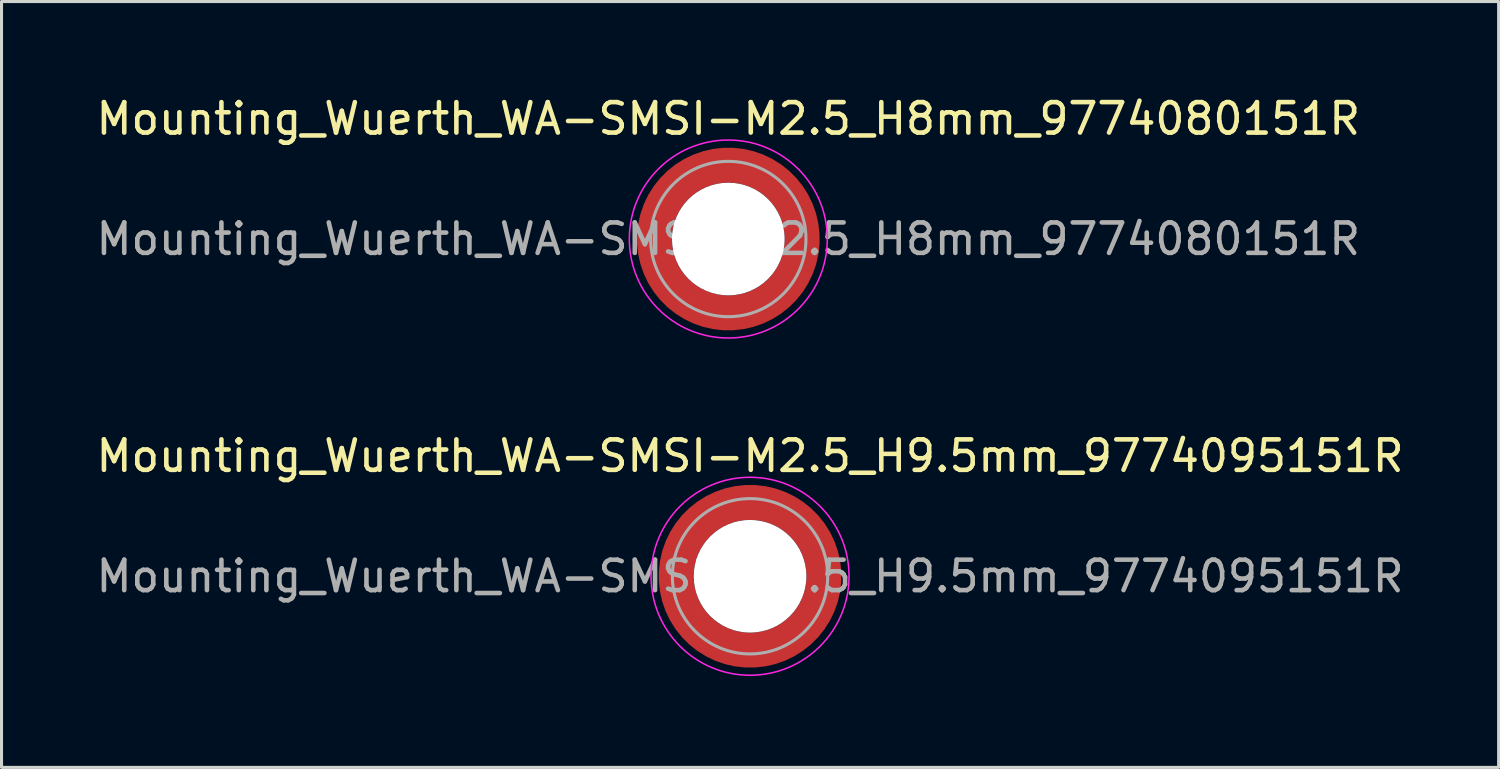
<source format=kicad_pcb>
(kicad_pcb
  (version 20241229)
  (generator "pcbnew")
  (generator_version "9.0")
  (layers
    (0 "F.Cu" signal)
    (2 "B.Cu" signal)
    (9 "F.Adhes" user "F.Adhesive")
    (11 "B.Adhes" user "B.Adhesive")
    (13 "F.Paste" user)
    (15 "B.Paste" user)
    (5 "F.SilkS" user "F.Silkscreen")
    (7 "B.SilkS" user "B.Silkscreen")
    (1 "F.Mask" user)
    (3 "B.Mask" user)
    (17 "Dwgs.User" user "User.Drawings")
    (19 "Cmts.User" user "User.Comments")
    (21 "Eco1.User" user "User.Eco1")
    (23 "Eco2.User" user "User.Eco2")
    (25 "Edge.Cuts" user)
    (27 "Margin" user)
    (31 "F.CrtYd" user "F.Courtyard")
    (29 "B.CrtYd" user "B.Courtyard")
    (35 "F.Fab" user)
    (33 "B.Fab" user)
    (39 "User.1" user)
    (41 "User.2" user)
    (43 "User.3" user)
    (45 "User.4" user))
  (footprint "Mounting_Wuerth_WA-SMSI-M2.5_H9.5mm_9774095151R"
    (layer "F.Cu")
    (at 21.577 15.871)
    (property "Reference" "Mounting_Wuerth_WA-SMSI-M2.5_H9.5mm_9774095151R" (at 0 -3.95 0) (layer "F.SilkS") (effects (font (size 1 1) (thickness 0.15))))
    (attr smd allow_soldermask_bridges)
    (fp_circle (center 0 0) (end 3.25 0) (stroke (width 0.05) (type solid)) (fill no) (layer "F.CrtYd"))
    (fp_circle (center 0 0) (end 2.55 0) (stroke (width 0.1) (type solid)) (fill no) (layer "F.Fab"))
    (fp_text user "${REFERENCE}" (at 0 0 0) (layer "F.Fab") (effects (font (size 1 1) (thickness 0.15))))
    (pad "" smd custom (at -1.704 -1.704) (size 0.51 0.51) (layers "F.Paste") (options (anchor circle)) (primitives (gr_arc (start -0.250195 1.279127) (mid 0.289914 0.289914) (end 1.279127 -0.250195) (width 0.2)) (gr_arc (start -0.34334 1.279127) (mid 0.225488 0.225488) (end 1.279127 -0.34334) (width 0.2)) (gr_arc (start -0.436309 1.279127) (mid 0.161063 0.161063) (end 1.279127 -0.436309) (width 0.2)) (gr_arc (start -0.529126 1.279127) (mid 0.096638 0.096638) (end 1.279127 -0.529126) (width 0.2)) (gr_arc (start -0.621807 1.279127) (mid 0.032213 0.032213) (end 1.279127 -0.621807) (width 0.2)) (gr_arc (start -0.71437 1.279127) (mid -0.032213 -0.032213) (end 1.279127 -0.71437) (width 0.2)) (gr_arc (start -0.806826 1.279127) (mid -0.096638 -0.096638) (end 1.279127 -0.806826) (width 0.2)) (gr_arc (start -0.899187 1.279127) (mid -0.161063 -0.161063) (end 1.279127 -0.899187) (width 0.2)) (gr_arc (start -0.991463 1.279127) (mid -0.225488 -0.225488) (end 1.279127 -0.991463) (width 0.2)) (gr_arc (start -1.083663 1.279127) (mid -0.289914 -0.289914) (end 1.279127 -1.083663) (width 0.2)) (gr_line (start 1.279 -0.25) (end 1.279 -1.084) (width 0.2)) (gr_line (start -0.25 1.279) (end -1.084 1.279) (width 0.2))))
    (pad "" smd custom (at -1.704 1.704) (size 0.51 0.51) (layers "F.Paste") (options (anchor circle)) (primitives (gr_arc (start 1.279127 0.250195) (mid 0.289914 -0.289914) (end -0.250195 -1.279127) (width 0.2)) (gr_arc (start 1.279127 0.34334) (mid 0.225488 -0.225488) (end -0.34334 -1.279127) (width 0.2)) (gr_arc (start 1.279127 0.436309) (mid 0.161063 -0.161063) (end -0.436309 -1.279127) (width 0.2)) (gr_arc (start 1.279127 0.529126) (mid 0.096638 -0.096638) (end -0.529126 -1.279127) (width 0.2)) (gr_arc (start 1.279127 0.621807) (mid 0.032213 -0.032213) (end -0.621807 -1.279127) (width 0.2)) (gr_arc (start 1.279127 0.71437) (mid -0.032213 0.032213) (end -0.71437 -1.279127) (width 0.2)) (gr_arc (start 1.279127 0.806826) (mid -0.096638 0.096638) (end -0.806826 -1.279127) (width 0.2)) (gr_arc (start 1.279127 0.899187) (mid -0.161063 0.161063) (end -0.899187 -1.279127) (width 0.2)) (gr_arc (start 1.279127 0.991463) (mid -0.225488 0.225488) (end -0.991463 -1.279127) (width 0.2)) (gr_arc (start 1.279127 1.083663) (mid -0.289914 0.289914) (end -1.083663 -1.279127) (width 0.2)) (gr_line (start -0.25 -1.279) (end -1.084 -1.279) (width 0.2)) (gr_line (start 1.279 0.25) (end 1.279 1.084) (width 0.2))))
    (pad "" np_thru_hole circle (at 0 0) (size 3.7 3.7) (drill 3.7) (layers "*.Cu" "*.Mask"))
    (pad "" smd custom (at 1.704 -1.704) (size 0.51 0.51) (layers "F.Paste") (options (anchor circle)) (primitives (gr_arc (start -1.279127 -0.250195) (mid -0.289914 0.289914) (end 0.250195 1.279127) (width 0.2)) (gr_arc (start -1.279127 -0.34334) (mid -0.225488 0.225488) (end 0.34334 1.279127) (width 0.2)) (gr_arc (start -1.279127 -0.436309) (mid -0.161063 0.161063) (end 0.436309 1.279127) (width 0.2)) (gr_arc (start -1.279127 -0.529126) (mid -0.096638 0.096638) (end 0.529126 1.279127) (width 0.2)) (gr_arc (start -1.279127 -0.621807) (mid -0.032213 0.032213) (end 0.621807 1.279127) (width 0.2)) (gr_arc (start -1.279127 -0.71437) (mid 0.032213 -0.032213) (end 0.71437 1.279127) (width 0.2)) (gr_arc (start -1.279127 -0.806826) (mid 0.096638 -0.096638) (end 0.806826 1.279127) (width 0.2)) (gr_arc (start -1.279127 -0.899187) (mid 0.161063 -0.161063) (end 0.899187 1.279127) (width 0.2)) (gr_arc (start -1.279127 -0.991463) (mid 0.225488 -0.225488) (end 0.991463 1.279127) (width 0.2)) (gr_arc (start -1.279127 -1.083663) (mid 0.289914 -0.289914) (end 1.083663 1.279127) (width 0.2)) (gr_line (start 0.25 1.279) (end 1.084 1.279) (width 0.2)) (gr_line (start -1.279 -0.25) (end -1.279 -1.084) (width 0.2))))
    (pad "" smd custom (at 1.704 1.704) (size 0.51 0.51) (layers "F.Paste") (options (anchor circle)) (primitives (gr_arc (start 0.250195 -1.279127) (mid -0.289914 -0.289914) (end -1.279127 0.250195) (width 0.2)) (gr_arc (start 0.34334 -1.279127) (mid -0.225488 -0.225488) (end -1.279127 0.34334) (width 0.2)) (gr_arc (start 0.436309 -1.279127) (mid -0.161063 -0.161063) (end -1.279127 0.436309) (width 0.2)) (gr_arc (start 0.529126 -1.279127) (mid -0.096638 -0.096638) (end -1.279127 0.529126) (width 0.2)) (gr_arc (start 0.621807 -1.279127) (mid -0.032213 -0.032213) (end -1.279127 0.621807) (width 0.2)) (gr_arc (start 0.71437 -1.279127) (mid 0.032213 0.032213) (end -1.279127 0.71437) (width 0.2)) (gr_arc (start 0.806826 -1.279127) (mid 0.096638 0.096638) (end -1.279127 0.806826) (width 0.2)) (gr_arc (start 0.899187 -1.279127) (mid 0.161063 0.161063) (end -1.279127 0.899187) (width 0.2)) (gr_arc (start 0.991463 -1.279127) (mid 0.225488 0.225488) (end -1.279127 0.991463) (width 0.2)) (gr_arc (start 1.083663 -1.279127) (mid 0.289914 0.289914) (end -1.279127 1.083663) (width 0.2)) (gr_line (start -1.279 0.25) (end -1.279 1.084) (width 0.2)) (gr_line (start 0.25 -1.279) (end 1.084 -1.279) (width 0.2))))
    (pad "1" smd circle (at -2.425 0) (size 0.642 0.642) (layers "F.Cu"))
    (pad "1" smd circle (at 0 -2.425) (size 0.642 0.642) (layers "F.Cu"))
    (pad "1" smd circle (at 0 2.425) (size 0.642 0.642) (layers "F.Cu"))
    (pad "1" smd custom (at 2.425 0) (size 1.15 1.15) (layers "F.Cu" "F.Mask") (options (anchor circle)) (primitives (gr_circle (center -2.425 0) (end 0 0) (width 1.15) (fill no)))))
  (footprint "Mounting_Wuerth_WA-SMSI-M2.5_H8mm_9774080151R"
    (layer "F.Cu")
    (at 20.863 4.798)
    (property "Reference" "Mounting_Wuerth_WA-SMSI-M2.5_H8mm_9774080151R" (at 0 -3.95 0) (layer "F.SilkS") (effects (font (size 1 1) (thickness 0.15))))
    (attr smd allow_soldermask_bridges)
    (fp_circle (center 0 0) (end 3.25 0) (stroke (width 0.05) (type solid)) (fill no) (layer "F.CrtYd"))
    (fp_circle (center 0 0) (end 2.55 0) (stroke (width 0.1) (type solid)) (fill no) (layer "F.Fab"))
    (fp_text user "${REFERENCE}" (at 0 0 0) (layer "F.Fab") (effects (font (size 1 1) (thickness 0.15))))
    (pad "" smd custom (at -1.704 -1.704) (size 0.51 0.51) (layers "F.Paste") (options (anchor circle)) (primitives (gr_arc (start -0.250195 1.279127) (mid 0.289914 0.289914) (end 1.279127 -0.250195) (width 0.2)) (gr_arc (start -0.34334 1.279127) (mid 0.225488 0.225488) (end 1.279127 -0.34334) (width 0.2)) (gr_arc (start -0.436309 1.279127) (mid 0.161063 0.161063) (end 1.279127 -0.436309) (width 0.2)) (gr_arc (start -0.529126 1.279127) (mid 0.096638 0.096638) (end 1.279127 -0.529126) (width 0.2)) (gr_arc (start -0.621807 1.279127) (mid 0.032213 0.032213) (end 1.279127 -0.621807) (width 0.2)) (gr_arc (start -0.71437 1.279127) (mid -0.032213 -0.032213) (end 1.279127 -0.71437) (width 0.2)) (gr_arc (start -0.806826 1.279127) (mid -0.096638 -0.096638) (end 1.279127 -0.806826) (width 0.2)) (gr_arc (start -0.899187 1.279127) (mid -0.161063 -0.161063) (end 1.279127 -0.899187) (width 0.2)) (gr_arc (start -0.991463 1.279127) (mid -0.225488 -0.225488) (end 1.279127 -0.991463) (width 0.2)) (gr_arc (start -1.083663 1.279127) (mid -0.289914 -0.289914) (end 1.279127 -1.083663) (width 0.2)) (gr_line (start 1.279 -0.25) (end 1.279 -1.084) (width 0.2)) (gr_line (start -0.25 1.279) (end -1.084 1.279) (width 0.2))))
    (pad "" smd custom (at -1.704 1.704) (size 0.51 0.51) (layers "F.Paste") (options (anchor circle)) (primitives (gr_arc (start 1.279127 0.250195) (mid 0.289914 -0.289914) (end -0.250195 -1.279127) (width 0.2)) (gr_arc (start 1.279127 0.34334) (mid 0.225488 -0.225488) (end -0.34334 -1.279127) (width 0.2)) (gr_arc (start 1.279127 0.436309) (mid 0.161063 -0.161063) (end -0.436309 -1.279127) (width 0.2)) (gr_arc (start 1.279127 0.529126) (mid 0.096638 -0.096638) (end -0.529126 -1.279127) (width 0.2)) (gr_arc (start 1.279127 0.621807) (mid 0.032213 -0.032213) (end -0.621807 -1.279127) (width 0.2)) (gr_arc (start 1.279127 0.71437) (mid -0.032213 0.032213) (end -0.71437 -1.279127) (width 0.2)) (gr_arc (start 1.279127 0.806826) (mid -0.096638 0.096638) (end -0.806826 -1.279127) (width 0.2)) (gr_arc (start 1.279127 0.899187) (mid -0.161063 0.161063) (end -0.899187 -1.279127) (width 0.2)) (gr_arc (start 1.279127 0.991463) (mid -0.225488 0.225488) (end -0.991463 -1.279127) (width 0.2)) (gr_arc (start 1.279127 1.083663) (mid -0.289914 0.289914) (end -1.083663 -1.279127) (width 0.2)) (gr_line (start -0.25 -1.279) (end -1.084 -1.279) (width 0.2)) (gr_line (start 1.279 0.25) (end 1.279 1.084) (width 0.2))))
    (pad "" np_thru_hole circle (at 0 0) (size 3.7 3.7) (drill 3.7) (layers "*.Cu" "*.Mask"))
    (pad "" smd custom (at 1.704 -1.704) (size 0.51 0.51) (layers "F.Paste") (options (anchor circle)) (primitives (gr_arc (start -1.279127 -0.250195) (mid -0.289914 0.289914) (end 0.250195 1.279127) (width 0.2)) (gr_arc (start -1.279127 -0.34334) (mid -0.225488 0.225488) (end 0.34334 1.279127) (width 0.2)) (gr_arc (start -1.279127 -0.436309) (mid -0.161063 0.161063) (end 0.436309 1.279127) (width 0.2)) (gr_arc (start -1.279127 -0.529126) (mid -0.096638 0.096638) (end 0.529126 1.279127) (width 0.2)) (gr_arc (start -1.279127 -0.621807) (mid -0.032213 0.032213) (end 0.621807 1.279127) (width 0.2)) (gr_arc (start -1.279127 -0.71437) (mid 0.032213 -0.032213) (end 0.71437 1.279127) (width 0.2)) (gr_arc (start -1.279127 -0.806826) (mid 0.096638 -0.096638) (end 0.806826 1.279127) (width 0.2)) (gr_arc (start -1.279127 -0.899187) (mid 0.161063 -0.161063) (end 0.899187 1.279127) (width 0.2)) (gr_arc (start -1.279127 -0.991463) (mid 0.225488 -0.225488) (end 0.991463 1.279127) (width 0.2)) (gr_arc (start -1.279127 -1.083663) (mid 0.289914 -0.289914) (end 1.083663 1.279127) (width 0.2)) (gr_line (start 0.25 1.279) (end 1.084 1.279) (width 0.2)) (gr_line (start -1.279 -0.25) (end -1.279 -1.084) (width 0.2))))
    (pad "" smd custom (at 1.704 1.704) (size 0.51 0.51) (layers "F.Paste") (options (anchor circle)) (primitives (gr_arc (start 0.250195 -1.279127) (mid -0.289914 -0.289914) (end -1.279127 0.250195) (width 0.2)) (gr_arc (start 0.34334 -1.279127) (mid -0.225488 -0.225488) (end -1.279127 0.34334) (width 0.2)) (gr_arc (start 0.436309 -1.279127) (mid -0.161063 -0.161063) (end -1.279127 0.436309) (width 0.2)) (gr_arc (start 0.529126 -1.279127) (mid -0.096638 -0.096638) (end -1.279127 0.529126) (width 0.2)) (gr_arc (start 0.621807 -1.279127) (mid -0.032213 -0.032213) (end -1.279127 0.621807) (width 0.2)) (gr_arc (start 0.71437 -1.279127) (mid 0.032213 0.032213) (end -1.279127 0.71437) (width 0.2)) (gr_arc (start 0.806826 -1.279127) (mid 0.096638 0.096638) (end -1.279127 0.806826) (width 0.2)) (gr_arc (start 0.899187 -1.279127) (mid 0.161063 0.161063) (end -1.279127 0.899187) (width 0.2)) (gr_arc (start 0.991463 -1.279127) (mid 0.225488 0.225488) (end -1.279127 0.991463) (width 0.2)) (gr_arc (start 1.083663 -1.279127) (mid 0.289914 0.289914) (end -1.279127 1.083663) (width 0.2)) (gr_line (start -1.279 0.25) (end -1.279 1.084) (width 0.2)) (gr_line (start 0.25 -1.279) (end 1.084 -1.279) (width 0.2))))
    (pad "1" smd circle (at -2.425 0) (size 0.642 0.642) (layers "F.Cu"))
    (pad "1" smd circle (at 0 -2.425) (size 0.642 0.642) (layers "F.Cu"))
    (pad "1" smd circle (at 0 2.425) (size 0.642 0.642) (layers "F.Cu"))
    (pad "1" smd custom (at 2.425 0) (size 1.15 1.15) (layers "F.Cu" "F.Mask") (options (anchor circle)) (primitives (gr_circle (center -2.425 0) (end 0 0) (width 1.15) (fill no)))))
  (gr_rect
    (start -3 -3)
    (end 46.155 22.146)
    (stroke (width 0.1) (type default))
    (fill no)
    (layer "Edge.Cuts")))
</source>
